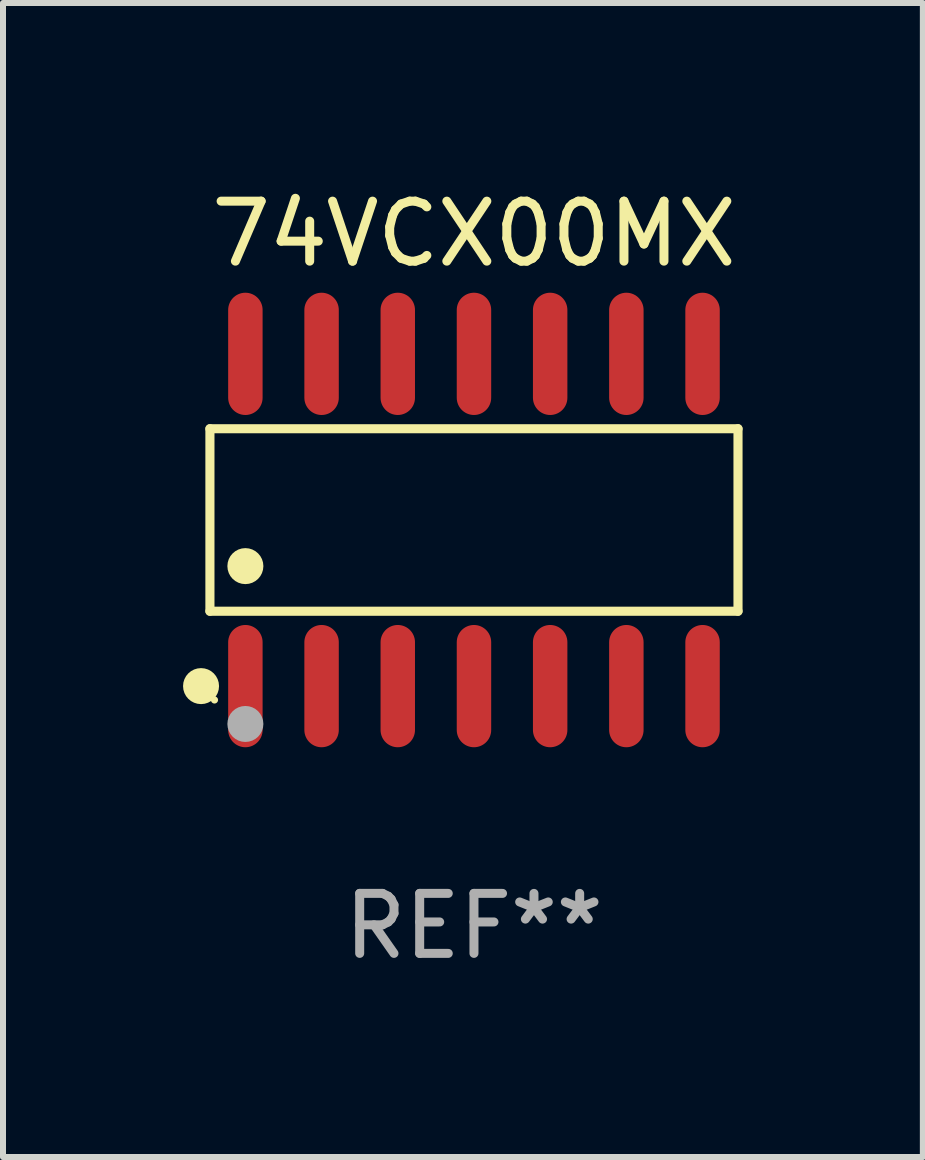
<source format=kicad_pcb>
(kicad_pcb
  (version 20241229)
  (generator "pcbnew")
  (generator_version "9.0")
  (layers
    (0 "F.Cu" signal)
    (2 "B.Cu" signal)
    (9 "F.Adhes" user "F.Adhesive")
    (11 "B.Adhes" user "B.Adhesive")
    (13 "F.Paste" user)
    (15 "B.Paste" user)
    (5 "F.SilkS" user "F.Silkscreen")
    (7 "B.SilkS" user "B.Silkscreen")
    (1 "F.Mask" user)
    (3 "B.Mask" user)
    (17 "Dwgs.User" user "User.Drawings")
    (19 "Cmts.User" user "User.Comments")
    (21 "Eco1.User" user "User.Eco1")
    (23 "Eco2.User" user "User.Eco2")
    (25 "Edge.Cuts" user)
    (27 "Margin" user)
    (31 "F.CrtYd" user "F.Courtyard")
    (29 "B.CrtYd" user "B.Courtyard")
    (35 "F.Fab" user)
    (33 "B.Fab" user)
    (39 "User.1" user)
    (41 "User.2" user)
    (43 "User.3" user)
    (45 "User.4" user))
  (footprint "74VCX00MX"
    (layer "F.Cu")
    (at 4.85 5.617)
    (property "Reference" "74VCX00MX" (at 0 -4.769 0) (layer "F.SilkS") (effects (font (size 1 1) (thickness 0.15))))
    (attr through_hole)
    (fp_line (start -4.401 -1.521) (end 4.401 -1.521) (stroke (width 0.152) (type solid)) (layer "F.SilkS"))
    (fp_line (start -4.401 1.521) (end -4.401 -1.521) (stroke (width 0.152) (type solid)) (layer "F.SilkS"))
    (fp_line (start 4.401 -1.521) (end 4.401 1.521) (stroke (width 0.152) (type solid)) (layer "F.SilkS"))
    (fp_line (start 4.401 1.521) (end -4.401 1.521) (stroke (width 0.152) (type solid)) (layer "F.SilkS"))
    (fp_circle (center -4.549 2.769) (end -4.399 2.769) (stroke (width 0.3) (type solid)) (fill no) (layer "F.SilkS"))
    (fp_circle (center -4.325 3) (end -4.295 3) (stroke (width 0.06) (type solid)) (fill no) (layer "F.SilkS"))
    (fp_circle (center -3.81 0.769) (end -3.66 0.769) (stroke (width 0.3) (type solid)) (fill no) (layer "F.SilkS"))
    (fp_circle (center -3.81 3.4) (end -3.66 3.4) (stroke (width 0.3) (type solid)) (fill no) (layer "F.Fab"))
    (fp_text user "REF**" (at 0 6.769 0) (layer "F.Fab") (effects (font (size 1 1) (thickness 0.15))))
    (pad "1" smd oval (at -3.81 2.769) (size 0.574 2.038) (layers "F.Cu" "F.Mask" "F.Paste"))
    (pad "2" smd oval (at -2.54 2.769) (size 0.574 2.038) (layers "F.Cu" "F.Mask" "F.Paste"))
    (pad "3" smd oval (at -1.27 2.769) (size 0.574 2.038) (layers "F.Cu" "F.Mask" "F.Paste"))
    (pad "4" smd oval (at 0 2.769) (size 0.574 2.038) (layers "F.Cu" "F.Mask" "F.Paste"))
    (pad "5" smd oval (at 1.27 2.769) (size 0.574 2.038) (layers "F.Cu" "F.Mask" "F.Paste"))
    (pad "6" smd oval (at 2.54 2.769) (size 0.574 2.038) (layers "F.Cu" "F.Mask" "F.Paste"))
    (pad "7" smd oval (at 3.81 2.769) (size 0.574 2.038) (layers "F.Cu" "F.Mask" "F.Paste"))
    (pad "8" smd oval (at 3.81 -2.769) (size 0.574 2.038) (layers "F.Cu" "F.Mask" "F.Paste"))
    (pad "9" smd oval (at 2.54 -2.769) (size 0.574 2.038) (layers "F.Cu" "F.Mask" "F.Paste"))
    (pad "10" smd oval (at 1.27 -2.769) (size 0.574 2.038) (layers "F.Cu" "F.Mask" "F.Paste"))
    (pad "11" smd oval (at 0 -2.769) (size 0.574 2.038) (layers "F.Cu" "F.Mask" "F.Paste"))
    (pad "12" smd oval (at -1.27 -2.769) (size 0.574 2.038) (layers "F.Cu" "F.Mask" "F.Paste"))
    (pad "13" smd oval (at -2.54 -2.769) (size 0.574 2.038) (layers "F.Cu" "F.Mask" "F.Paste"))
    (pad "14" smd oval (at -3.81 -2.769) (size 0.574 2.038) (layers "F.Cu" "F.Mask" "F.Paste")))
  (gr_rect
    (start -3 -3)
    (end 12.332 16.235)
    (stroke (width 0.1) (type default))
    (fill no)
    (layer "Edge.Cuts")))
</source>
